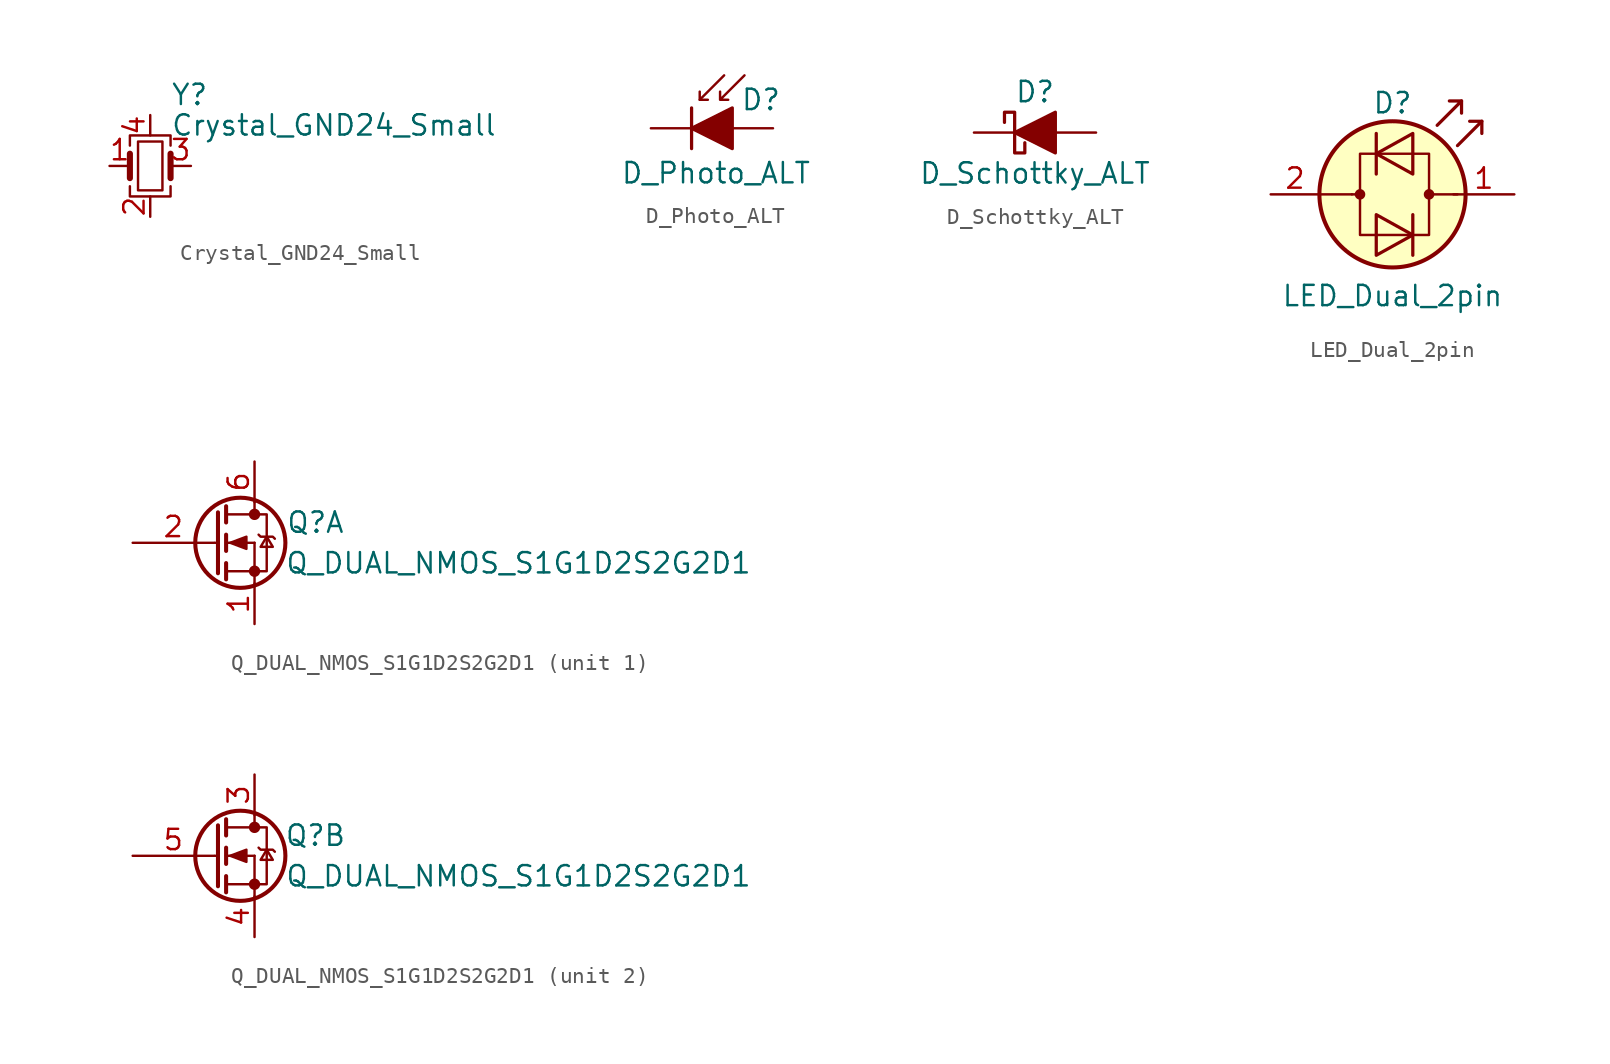
<source format=kicad_sym>
(kicad_symbol_lib
  (version 20201005)
  (generator kicad_symbol_editor)
  (symbol "Crystal_GND24_Small"
    (pin_names
      (offset 1.016) hide)
    (property "Reference" "Y"
      (at 1.27 4.445 0)
      (effects (font (size 1.27 1.27)) (justify left)))
    (property "Value" "Crystal_GND24_Small"
      (at 1.27 2.54 0)
      (effects (font (size 1.27 1.27)) (justify left)))
    (symbol "Crystal_GND24_Small_0_1"
      (rectangle (start -0.762 -1.524) (end 0.762 1.524) (stroke (width 0)) (fill (type none)))
      (polyline (pts (xy -1.27 -0.762) (xy -1.27 0.762)) (stroke (width 0.381)) (fill (type none)))
      (polyline (pts (xy 1.27 -0.762) (xy 1.27 0.762)) (stroke (width 0.381)) (fill (type none)))
      (polyline (pts (xy -1.27 -1.27) (xy -1.27 -1.905) (xy 1.27 -1.905) (xy 1.27 -1.27)) (stroke (width 0)) (fill (type none)))
      (polyline (pts (xy -1.27 1.27) (xy -1.27 1.905) (xy 1.27 1.905) (xy 1.27 1.27)) (stroke (width 0)) (fill (type none))))
    (symbol "Crystal_GND24_Small_1_1"
      (pin passive line (at -2.54 0 0) (length 1.27) (name "1" (effects (font (size 1.27 1.27)))) (number "1" (effects (font (size 1.27 1.27)))))
      (pin passive line (at 0 -3.175 90) (length 1.27) (name "2" (effects (font (size 1.27 1.27)))) (number "2" (effects (font (size 1.27 1.27)))))
      (pin passive line (at 2.54 0 180) (length 1.27) (name "3" (effects (font (size 1.27 1.27)))) (number "3" (effects (font (size 1.27 1.27)))))
      (pin passive line (at 0 3.175 270) (length 1.27) (name "4" (effects (font (size 1.27 1.27)))) (number "4" (effects (font (size 1.27 1.27)))))))
  (symbol "D_Photo_ALT"
    (pin_numbers hide)
    (pin_names hide)
    (property "Reference" "D"
      (at 0.508 1.778 0)
      (effects (font (size 1.27 1.27)) (justify left)))
    (property "Value" "D_Photo_ALT"
      (at -1.016 -2.794 0)
      (effects (font (size 1.27 1.27))))
    (symbol "D_Photo_ALT_0_1"
      (polyline (pts (xy -2.54 1.27) (xy -2.54 -1.27)) (stroke (width 0.203)) (fill (type none)))
      (polyline (pts (xy -2.032 1.778) (xy -1.524 1.778)) (stroke (width 0)) (fill (type none)))
      (polyline (pts (xy 0 0) (xy -2.54 0)) (stroke (width 0)) (fill (type none)))
      (polyline (pts (xy -0.508 3.302) (xy -2.032 1.778) (xy -2.032 2.286)) (stroke (width 0)) (fill (type none)))
      (polyline (pts (xy 0.762 3.302) (xy -0.762 1.778) (xy -0.762 2.286) (xy -0.762 1.778) (xy -0.254 1.778)) (stroke (width 0)) (fill (type none)))
      (polyline (pts (xy 0 -1.27) (xy 0 1.27) (xy -2.54 0) (xy 0 -1.27)) (stroke (width 0.203)) (fill (type outline))))
    (symbol "D_Photo_ALT_1_1"
      (pin passive line (at -5.08 0 0) (length 2.54) (name "K" (effects (font (size 1.27 1.27)))) (number "1" (effects (font (size 1.27 1.27)))))
      (pin passive line (at 2.54 0 180) (length 2.54) (name "A" (effects (font (size 1.27 1.27)))) (number "2" (effects (font (size 1.27 1.27)))))))
  (symbol "D_Schottky_ALT"
    (pin_numbers hide)
    (pin_names
      (offset 1.016) hide)
    (property "Reference" "D"
      (at 0 2.54 0)
      (effects (font (size 1.27 1.27))))
    (property "Value" "D_Schottky_ALT"
      (at 0 -2.54 0)
      (effects (font (size 1.27 1.27))))
    (symbol "D_Schottky_ALT_0_1"
      (polyline (pts (xy 1.27 0) (xy -1.27 0)) (stroke (width 0)) (fill (type none)))
      (polyline (pts (xy -1.905 0.635) (xy -1.905 1.27) (xy -1.27 1.27) (xy -1.27 -1.27) (xy -0.635 -1.27) (xy -0.635 -0.635)) (stroke (width 0.203)) (fill (type none)))
      (polyline (pts (xy 1.27 1.27) (xy 1.27 -1.27) (xy -1.27 0) (xy 1.27 1.27)) (stroke (width 0.203)) (fill (type outline))))
    (symbol "D_Schottky_ALT_1_1"
      (pin passive line (at -3.81 0 0) (length 2.54) (name "K" (effects (font (size 1.27 1.27)))) (number "1" (effects (font (size 1.27 1.27)))))
      (pin passive line (at 3.81 0 180) (length 2.54) (name "A" (effects (font (size 1.27 1.27)))) (number "2" (effects (font (size 1.27 1.27)))))))
  (symbol "LED_Dual_2pin"
    (pin_names
      (offset 0) hide)
    (property "Reference" "D"
      (at 0 5.715 0)
      (effects (font (size 1.27 1.27))))
    (property "Value" "LED_Dual_2pin"
      (at 0 -6.35 0)
      (effects (font (size 1.27 1.27))))
    (symbol "LED_Dual_2pin_0_1"
      (circle (center -2.032 0) (radius 0.254) (stroke (width 0)) (fill (type outline)))
      (circle (center 2.286 0) (radius 0.254) (stroke (width 0)) (fill (type outline)))
      (circle (center 0 0) (radius 4.572) (stroke (width 0.254)) (fill (type background)))
      (polyline (pts (xy -4.572 0) (xy -2.54 0)) (stroke (width 0)) (fill (type none)))
      (polyline (pts (xy -2.032 0) (xy -2.54 0)) (stroke (width 0)) (fill (type none)))
      (polyline (pts (xy -1.016 3.81) (xy -1.016 1.27)) (stroke (width 0.203)) (fill (type none)))
      (polyline (pts (xy 1.27 -1.27) (xy 1.27 -3.81)) (stroke (width 0.203)) (fill (type none)))
      (polyline (pts (xy 4.318 5.842) (xy 4.318 5.08)) (stroke (width 0.203)) (fill (type none)))
      (polyline (pts (xy 5.588 4.572) (xy 5.588 3.81)) (stroke (width 0.203)) (fill (type none)))
      (polyline (pts (xy 2.794 4.318) (xy 4.318 5.842) (xy 3.556 5.842)) (stroke (width 0.203)) (fill (type none)))
      (polyline (pts (xy 4.064 3.048) (xy 5.588 4.572) (xy 4.826 4.572)) (stroke (width 0.203)) (fill (type none)))
      (polyline (pts (xy -1.016 -1.27) (xy -1.016 -3.81) (xy 1.27 -2.54) (xy -1.016 -1.27)) (stroke (width 0.203)) (fill (type none)))
      (polyline (pts (xy 1.27 3.81) (xy 1.27 1.27) (xy -1.016 2.54) (xy 1.27 3.81)) (stroke (width 0.203)) (fill (type none)))
      (polyline (pts (xy 2.286 2.54) (xy -2.032 2.54) (xy -2.032 -2.54) (xy 2.286 -2.54) (xy 2.286 2.54)) (stroke (width 0)) (fill (type none)))
      (polyline (pts (xy 4.064 0) (xy 2.286 0)) (stroke (width 0)) (fill (type outline))))
    (symbol "LED_Dual_2pin_1_1"
      (pin input line (at 7.62 0 180) (length 3.81) (name "KA" (effects (font (size 1.27 1.27)))) (number "1" (effects (font (size 1.27 1.27)))))
      (pin input line (at -7.62 0 0) (length 3.048) (name "AK" (effects (font (size 1.27 1.27)))) (number "2" (effects (font (size 1.27 1.27)))))))
  (symbol "Q_DUAL_NMOS_S1G1D2S2G2D1"
    (pin_names
      (offset 0) hide)
    (property "Reference" "Q"
      (at 6.35 1.27 0)
      (effects (font (size 1.27 1.27))))
    (property "Value" "Q_DUAL_NMOS_S1G1D2S2G2D1"
      (at 19.05 -1.27 0)
      (effects (font (size 1.27 1.27))))
    (symbol "Q_DUAL_NMOS_S1G1D2S2G2D1_1_1"
      (circle (center 1.651 0) (radius 2.819) (stroke (width 0.254)) (fill (type none)))
      (circle (center 2.54 -1.778) (radius 0.279) (stroke (width 0)) (fill (type outline)))
      (circle (center 2.54 1.778) (radius 0.279) (stroke (width 0)) (fill (type outline)))
      (polyline (pts (xy 0.051 0) (xy 0.254 0)) (stroke (width 0)) (fill (type none)))
      (polyline (pts (xy 0.762 -1.778) (xy 2.54 -1.778)) (stroke (width 0)) (fill (type none)))
      (polyline (pts (xy 0.762 -1.27) (xy 0.762 -2.286)) (stroke (width 0.254)) (fill (type none)))
      (polyline (pts (xy 0.762 0) (xy 2.54 0)) (stroke (width 0)) (fill (type none)))
      (polyline (pts (xy 0.762 0.508) (xy 0.762 -0.508)) (stroke (width 0.254)) (fill (type none)))
      (polyline (pts (xy 0.762 1.778) (xy 2.54 1.778)) (stroke (width 0)) (fill (type none)))
      (polyline (pts (xy 0.762 2.286) (xy 0.762 1.27)) (stroke (width 0.254)) (fill (type none)))
      (polyline (pts (xy 2.54 -1.778) (xy 2.54 -2.54)) (stroke (width 0)) (fill (type none)))
      (polyline (pts (xy 2.54 -1.778) (xy 2.54 0)) (stroke (width 0)) (fill (type none)))
      (polyline (pts (xy 2.54 2.54) (xy 2.54 1.778)) (stroke (width 0)) (fill (type none)))
      (polyline (pts (xy 0.254 1.905) (xy 0.254 -1.905) (xy 0.254 -1.905)) (stroke (width 0.254)) (fill (type none)))
      (polyline (pts (xy 2.54 -1.778) (xy 3.302 -1.778) (xy 3.302 1.778) (xy 2.54 1.778)) (stroke (width 0)) (fill (type none)))
      (polyline (pts (xy 2.794 0.508) (xy 2.921 0.381) (xy 3.683 0.381) (xy 3.81 0.254)) (stroke (width 0)) (fill (type none)))
      (polyline (pts (xy 3.302 0.381) (xy 2.921 -0.254) (xy 3.683 -0.254) (xy 3.302 0.381)) (stroke (width 0)) (fill (type none)))
      (polyline (pts (xy 1.016 0) (xy 2.032 0.381) (xy 2.032 -0.381) (xy 1.016 0)) (stroke (width 0)) (fill (type outline)))
      (pin passive line (at 2.54 -5.08 90) (length 2.54) (name "S" (effects (font (size 1.27 1.27)))) (number "1" (effects (font (size 1.27 1.27)))))
      (pin input line (at -5.08 0 0) (length 5.08) (name "G" (effects (font (size 1.27 1.27)))) (number "2" (effects (font (size 1.27 1.27)))))
      (pin passive line (at 2.54 5.08 270) (length 2.54) (name "D" (effects (font (size 1.27 1.27)))) (number "6" (effects (font (size 1.27 1.27))))))
    (symbol "Q_DUAL_NMOS_S1G1D2S2G2D1_2_1"
      (circle (center 1.651 0) (radius 2.819) (stroke (width 0.254)) (fill (type none)))
      (circle (center 2.54 -1.778) (radius 0.279) (stroke (width 0)) (fill (type outline)))
      (circle (center 2.54 1.778) (radius 0.279) (stroke (width 0)) (fill (type outline)))
      (polyline (pts (xy 0.051 0) (xy 0.254 0)) (stroke (width 0)) (fill (type none)))
      (polyline (pts (xy 0.762 -1.778) (xy 2.54 -1.778)) (stroke (width 0)) (fill (type none)))
      (polyline (pts (xy 0.762 -1.27) (xy 0.762 -2.286)) (stroke (width 0.254)) (fill (type none)))
      (polyline (pts (xy 0.762 0) (xy 2.54 0)) (stroke (width 0)) (fill (type none)))
      (polyline (pts (xy 0.762 0.508) (xy 0.762 -0.508)) (stroke (width 0.254)) (fill (type none)))
      (polyline (pts (xy 0.762 1.778) (xy 2.54 1.778)) (stroke (width 0)) (fill (type none)))
      (polyline (pts (xy 0.762 2.286) (xy 0.762 1.27)) (stroke (width 0.254)) (fill (type none)))
      (polyline (pts (xy 2.54 -1.778) (xy 2.54 -2.54)) (stroke (width 0)) (fill (type none)))
      (polyline (pts (xy 2.54 -1.778) (xy 2.54 0)) (stroke (width 0)) (fill (type none)))
      (polyline (pts (xy 2.54 2.54) (xy 2.54 1.778)) (stroke (width 0)) (fill (type none)))
      (polyline (pts (xy 0.254 1.905) (xy 0.254 -1.905) (xy 0.254 -1.905)) (stroke (width 0.254)) (fill (type none)))
      (polyline (pts (xy 2.54 -1.778) (xy 3.302 -1.778) (xy 3.302 1.778) (xy 2.54 1.778)) (stroke (width 0)) (fill (type none)))
      (polyline (pts (xy 2.794 0.508) (xy 2.921 0.381) (xy 3.683 0.381) (xy 3.81 0.254)) (stroke (width 0)) (fill (type none)))
      (polyline (pts (xy 3.302 0.381) (xy 2.921 -0.254) (xy 3.683 -0.254) (xy 3.302 0.381)) (stroke (width 0)) (fill (type none)))
      (polyline (pts (xy 1.016 0) (xy 2.032 0.381) (xy 2.032 -0.381) (xy 1.016 0)) (stroke (width 0)) (fill (type outline)))
      (pin passive line (at 2.54 5.08 270) (length 2.54) (name "D" (effects (font (size 1.27 1.27)))) (number "3" (effects (font (size 1.27 1.27)))))
      (pin passive line (at 2.54 -5.08 90) (length 2.54) (name "S" (effects (font (size 1.27 1.27)))) (number "4" (effects (font (size 1.27 1.27)))))
      (pin input line (at -5.08 0 0) (length 5.08) (name "G" (effects (font (size 1.27 1.27)))) (number "5" (effects (font (size 1.27 1.27))))))))
</source>
